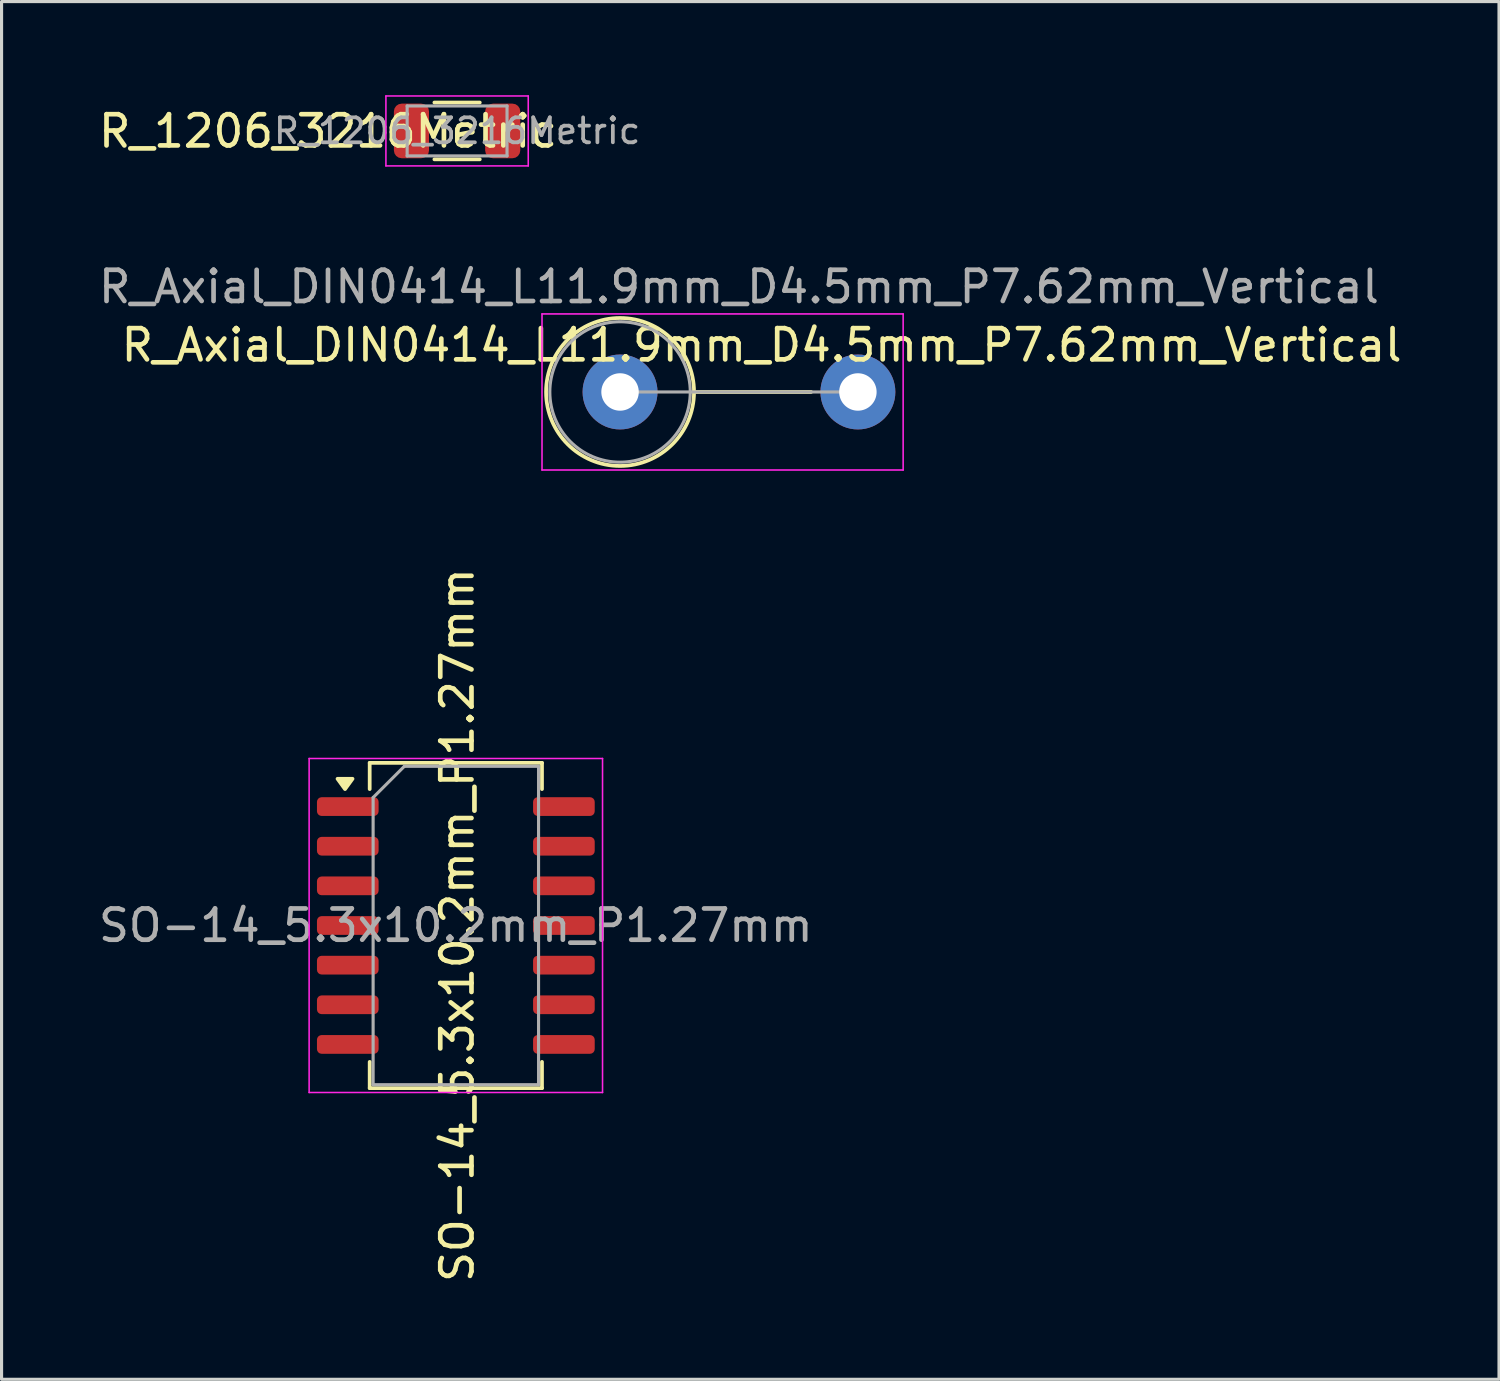
<source format=kicad_pcb>
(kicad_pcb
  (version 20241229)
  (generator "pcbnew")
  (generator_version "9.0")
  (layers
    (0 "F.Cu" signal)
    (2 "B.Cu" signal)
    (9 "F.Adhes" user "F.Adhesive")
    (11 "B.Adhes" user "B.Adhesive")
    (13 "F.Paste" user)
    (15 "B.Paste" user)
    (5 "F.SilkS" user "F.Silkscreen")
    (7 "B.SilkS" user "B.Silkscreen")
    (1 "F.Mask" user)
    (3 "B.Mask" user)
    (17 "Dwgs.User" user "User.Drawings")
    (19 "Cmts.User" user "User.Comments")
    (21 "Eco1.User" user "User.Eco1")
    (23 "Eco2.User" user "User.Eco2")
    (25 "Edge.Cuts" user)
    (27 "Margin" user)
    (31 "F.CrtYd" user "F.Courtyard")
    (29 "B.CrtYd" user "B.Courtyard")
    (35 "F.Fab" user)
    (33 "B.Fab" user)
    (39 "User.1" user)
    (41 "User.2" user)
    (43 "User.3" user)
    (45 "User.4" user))
  (footprint "R_1206_3216Metric"
    (layer "F.Cu")
    (at 11.594 1.145)
    (property "Reference" "R_1206_3216Metric" (at -4.136 0.009 180) (layer "F.SilkS") (effects (font (size 1 1) (thickness 0.15))))
    (attr smd)
    (fp_line (start -0.727 -0.91) (end 0.727 -0.91) (stroke (width 0.12) (type solid)) (layer "F.SilkS"))
    (fp_line (start -0.727 0.91) (end 0.727 0.91) (stroke (width 0.12) (type solid)) (layer "F.SilkS"))
    (fp_line (start -2.28 -1.12) (end 2.28 -1.12) (stroke (width 0.05) (type solid)) (layer "F.CrtYd"))
    (fp_line (start -2.28 1.12) (end -2.28 -1.12) (stroke (width 0.05) (type solid)) (layer "F.CrtYd"))
    (fp_line (start 2.28 -1.12) (end 2.28 1.12) (stroke (width 0.05) (type solid)) (layer "F.CrtYd"))
    (fp_line (start 2.28 1.12) (end -2.28 1.12) (stroke (width 0.05) (type solid)) (layer "F.CrtYd"))
    (fp_line (start -1.6 -0.8) (end 1.6 -0.8) (stroke (width 0.1) (type solid)) (layer "F.Fab"))
    (fp_line (start -1.6 0.8) (end -1.6 -0.8) (stroke (width 0.1) (type solid)) (layer "F.Fab"))
    (fp_line (start 1.6 -0.8) (end 1.6 0.8) (stroke (width 0.1) (type solid)) (layer "F.Fab"))
    (fp_line (start 1.6 0.8) (end -1.6 0.8) (stroke (width 0.1) (type solid)) (layer "F.Fab"))
    (fp_text user "${REFERENCE}" (at 0 0 180) (layer "F.Fab") (effects (font (size 0.8 0.8) (thickness 0.12))))
    (pad "1" smd roundrect (at -1.462 0) (size 1.125 1.75) (layers "F.Cu" "F.Mask" "F.Paste") (roundrect_rratio 0.222))
    (pad "2" smd roundrect (at 1.462 0) (size 1.125 1.75) (layers "F.Cu" "F.Mask" "F.Paste") (roundrect_rratio 0.222)))
  (footprint "SO-14_5.3x10.2mm_P1.27mm"
    (layer "F.Cu")
    (at 11.554 26.601)
    (property "Reference" "SO-14_5.3x10.2mm_P1.27mm" (at 0.046 -0.014 90) (layer "F.SilkS") (effects (font (size 1 1) (thickness 0.15))))
    (attr smd)
    (fp_line (start -2.76 -5.21) (end -2.76 -4.37) (stroke (width 0.12) (type solid)) (layer "F.SilkS"))
    (fp_line (start -2.76 5.21) (end -2.76 4.37) (stroke (width 0.12) (type solid)) (layer "F.SilkS"))
    (fp_line (start 0 -5.21) (end -2.76 -5.21) (stroke (width 0.12) (type solid)) (layer "F.SilkS"))
    (fp_line (start 0 -5.21) (end 2.76 -5.21) (stroke (width 0.12) (type solid)) (layer "F.SilkS"))
    (fp_line (start 0 5.21) (end -2.76 5.21) (stroke (width 0.12) (type solid)) (layer "F.SilkS"))
    (fp_line (start 0 5.21) (end 2.76 5.21) (stroke (width 0.12) (type solid)) (layer "F.SilkS"))
    (fp_line (start 2.76 -5.21) (end 2.76 -4.37) (stroke (width 0.12) (type solid)) (layer "F.SilkS"))
    (fp_line (start 2.76 5.21) (end 2.76 4.37) (stroke (width 0.12) (type solid)) (layer "F.SilkS"))
    (fp_poly (pts (xy -3.55 -4.37) (xy -3.79 -4.7) (xy -3.31 -4.7) (xy -3.55 -4.37)) (stroke (width 0.12) (type solid)) (fill yes) (layer "F.SilkS"))
    (fp_line (start -4.7 -5.35) (end -4.7 5.35) (stroke (width 0.05) (type solid)) (layer "F.CrtYd"))
    (fp_line (start -4.7 5.35) (end 4.7 5.35) (stroke (width 0.05) (type solid)) (layer "F.CrtYd"))
    (fp_line (start 4.7 -5.35) (end -4.7 -5.35) (stroke (width 0.05) (type solid)) (layer "F.CrtYd"))
    (fp_line (start 4.7 5.35) (end 4.7 -5.35) (stroke (width 0.05) (type solid)) (layer "F.CrtYd"))
    (fp_line (start -2.65 -4.1) (end -1.65 -5.1) (stroke (width 0.1) (type solid)) (layer "F.Fab"))
    (fp_line (start -2.65 5.1) (end -2.65 -4.1) (stroke (width 0.1) (type solid)) (layer "F.Fab"))
    (fp_line (start -1.65 -5.1) (end 2.65 -5.1) (stroke (width 0.1) (type solid)) (layer "F.Fab"))
    (fp_line (start 2.65 -5.1) (end 2.65 5.1) (stroke (width 0.1) (type solid)) (layer "F.Fab"))
    (fp_line (start 2.65 5.1) (end -2.65 5.1) (stroke (width 0.1) (type solid)) (layer "F.Fab"))
    (fp_text user "${REFERENCE}" (at 0 0 0) (layer "F.Fab") (effects (font (size 1 1) (thickness 0.15))))
    (pad "1" smd roundrect (at -3.462 -3.81) (size 1.975 0.6) (layers "F.Cu" "F.Mask" "F.Paste") (roundrect_rratio 0.25))
    (pad "2" smd roundrect (at -3.462 -2.54) (size 1.975 0.6) (layers "F.Cu" "F.Mask" "F.Paste") (roundrect_rratio 0.25))
    (pad "3" smd roundrect (at -3.462 -1.27) (size 1.975 0.6) (layers "F.Cu" "F.Mask" "F.Paste") (roundrect_rratio 0.25))
    (pad "4" smd roundrect (at -3.462 0) (size 1.975 0.6) (layers "F.Cu" "F.Mask" "F.Paste") (roundrect_rratio 0.25))
    (pad "5" smd roundrect (at -3.462 1.27) (size 1.975 0.6) (layers "F.Cu" "F.Mask" "F.Paste") (roundrect_rratio 0.25))
    (pad "6" smd roundrect (at -3.462 2.54) (size 1.975 0.6) (layers "F.Cu" "F.Mask" "F.Paste") (roundrect_rratio 0.25))
    (pad "7" smd roundrect (at -3.462 3.81) (size 1.975 0.6) (layers "F.Cu" "F.Mask" "F.Paste") (roundrect_rratio 0.25))
    (pad "8" smd roundrect (at 3.462 3.81) (size 1.975 0.6) (layers "F.Cu" "F.Mask" "F.Paste") (roundrect_rratio 0.25))
    (pad "9" smd roundrect (at 3.462 2.54) (size 1.975 0.6) (layers "F.Cu" "F.Mask" "F.Paste") (roundrect_rratio 0.25))
    (pad "10" smd roundrect (at 3.462 1.27) (size 1.975 0.6) (layers "F.Cu" "F.Mask" "F.Paste") (roundrect_rratio 0.25))
    (pad "11" smd roundrect (at 3.462 0) (size 1.975 0.6) (layers "F.Cu" "F.Mask" "F.Paste") (roundrect_rratio 0.25))
    (pad "12" smd roundrect (at 3.462 -1.27) (size 1.975 0.6) (layers "F.Cu" "F.Mask" "F.Paste") (roundrect_rratio 0.25))
    (pad "13" smd roundrect (at 3.462 -2.54) (size 1.975 0.6) (layers "F.Cu" "F.Mask" "F.Paste") (roundrect_rratio 0.25))
    (pad "14" smd roundrect (at 3.462 -3.81) (size 1.975 0.6) (layers "F.Cu" "F.Mask" "F.Paste") (roundrect_rratio 0.25)))
  (footprint "R_Axial_DIN0414_L11.9mm_D4.5mm_P7.62mm_Vertical"
    (layer "F.Cu")
    (at 16.815 9.508)
    (property "Reference" "R_Axial_DIN0414_L11.9mm_D4.5mm_P7.62mm_Vertical" (at 4.535 -1.5 180) (layer "F.SilkS") (effects (font (size 1 1) (thickness 0.15))))
    (attr through_hole)
    (fp_line (start 2.37 0) (end 6.12 0) (stroke (width 0.12) (type solid)) (layer "F.SilkS"))
    (fp_circle (center 0 0) (end 2.37 0) (stroke (width 0.12) (type solid)) (fill no) (layer "F.SilkS"))
    (fp_line (start -2.5 -2.5) (end -2.5 2.5) (stroke (width 0.05) (type solid)) (layer "F.CrtYd"))
    (fp_line (start -2.5 2.5) (end 9.07 2.5) (stroke (width 0.05) (type solid)) (layer "F.CrtYd"))
    (fp_line (start 9.07 -2.5) (end -2.5 -2.5) (stroke (width 0.05) (type solid)) (layer "F.CrtYd"))
    (fp_line (start 9.07 2.5) (end 9.07 -2.5) (stroke (width 0.05) (type solid)) (layer "F.CrtYd"))
    (fp_line (start 0 0) (end 7.62 0) (stroke (width 0.1) (type solid)) (layer "F.Fab"))
    (fp_circle (center 0 0) (end 2.25 0) (stroke (width 0.1) (type solid)) (fill no) (layer "F.Fab"))
    (fp_text user "${REFERENCE}" (at 3.81 -3.37 180) (layer "F.Fab") (effects (font (size 1 1) (thickness 0.15))))
    (pad "1" thru_hole circle (at 0 0) (size 2.4 2.4) (drill 1.2) (layers "*.Cu" "*.Mask"))
    (pad "2" thru_hole oval (at 7.62 0) (size 2.4 2.4) (drill 1.2) (layers "*.Cu" "*.Mask")))
  (gr_rect
    (start -3 -3)
    (end 44.975 41.14)
    (stroke (width 0.1) (type default))
    (fill no)
    (layer "Edge.Cuts")))
</source>
